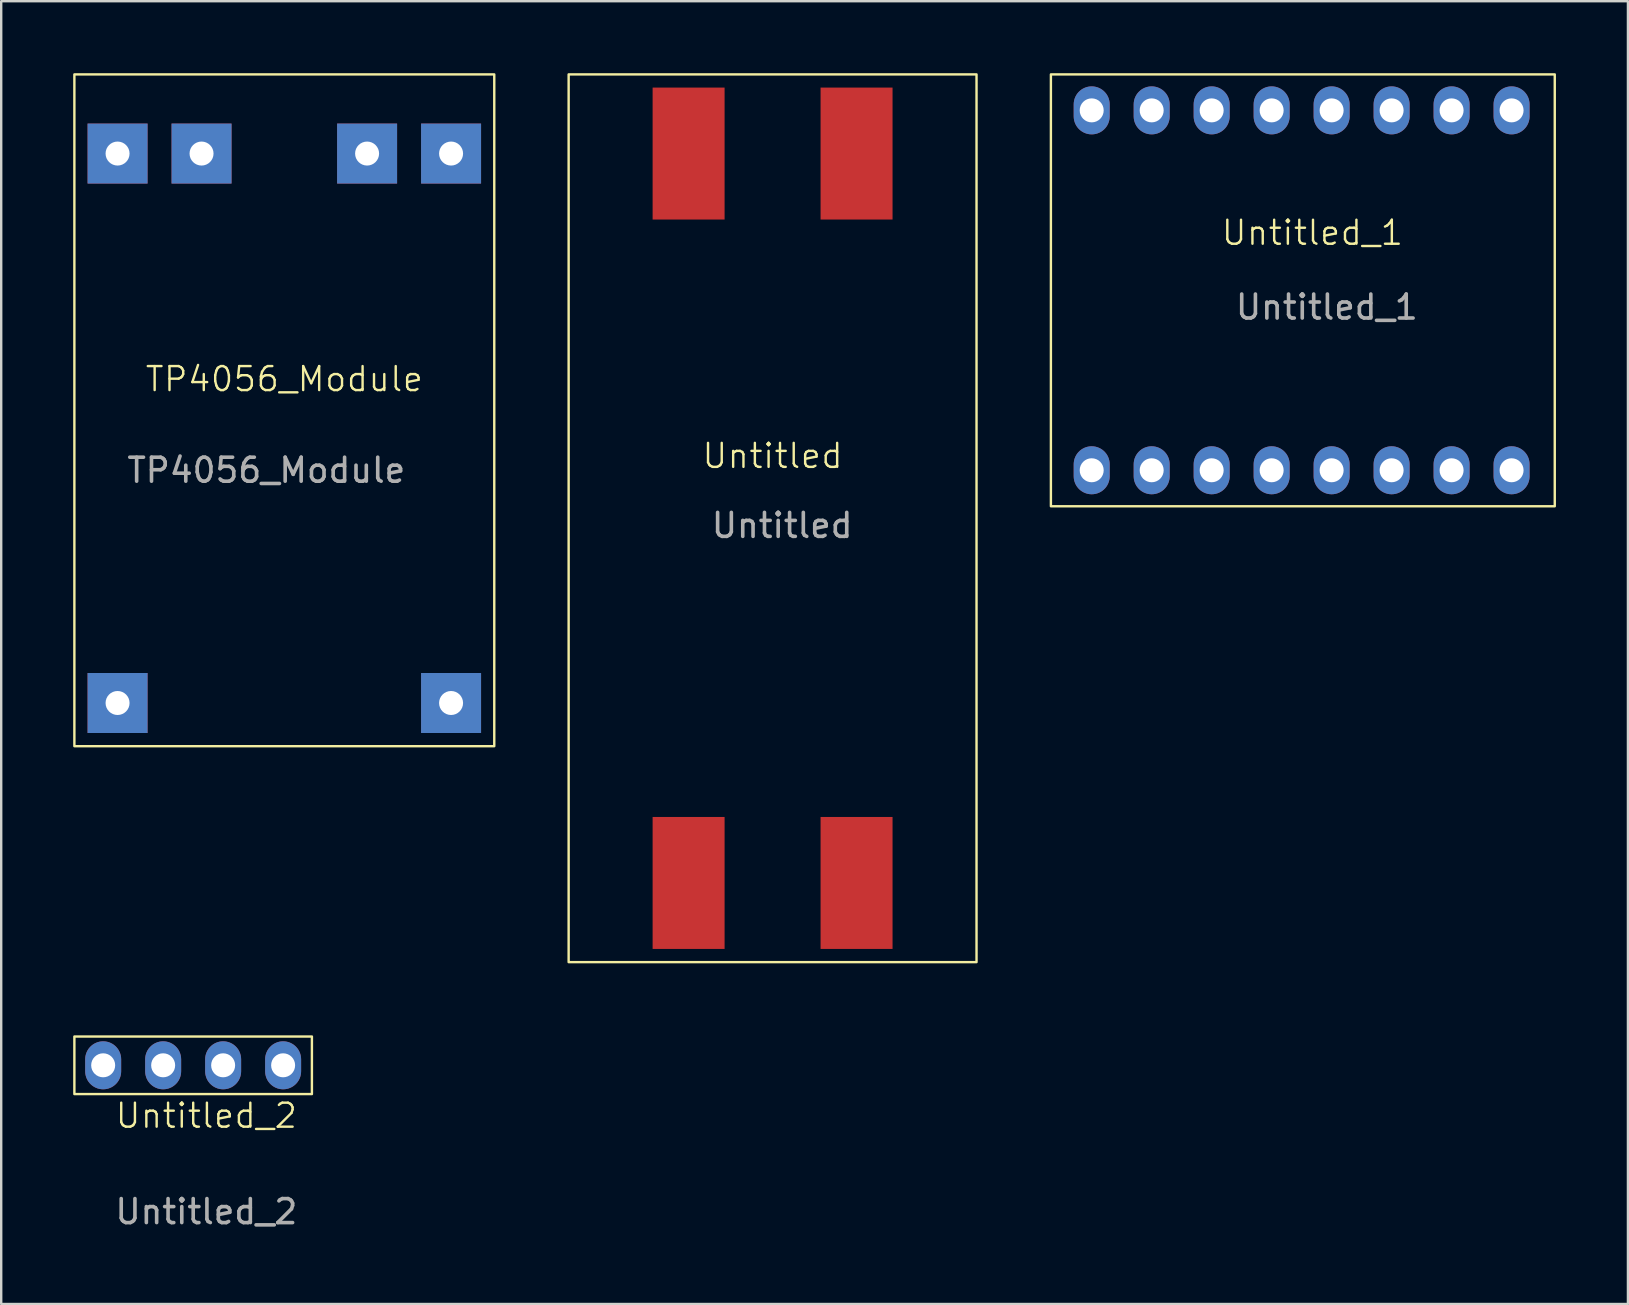
<source format=kicad_pcb>
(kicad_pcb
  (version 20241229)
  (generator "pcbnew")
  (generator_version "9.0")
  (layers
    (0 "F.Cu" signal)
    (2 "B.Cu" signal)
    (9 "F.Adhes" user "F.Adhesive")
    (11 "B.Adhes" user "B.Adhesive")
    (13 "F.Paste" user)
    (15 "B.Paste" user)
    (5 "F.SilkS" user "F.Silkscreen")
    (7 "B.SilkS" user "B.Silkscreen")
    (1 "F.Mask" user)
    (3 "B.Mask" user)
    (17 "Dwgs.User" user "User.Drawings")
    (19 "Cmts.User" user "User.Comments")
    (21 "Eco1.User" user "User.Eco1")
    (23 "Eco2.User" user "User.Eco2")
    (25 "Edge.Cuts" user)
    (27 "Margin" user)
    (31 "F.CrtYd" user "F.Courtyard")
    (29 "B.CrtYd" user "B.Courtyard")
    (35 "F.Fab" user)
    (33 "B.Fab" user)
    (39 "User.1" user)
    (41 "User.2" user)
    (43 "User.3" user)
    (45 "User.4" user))
  (footprint "Untitled_2"
    (layer "F.Cu")
    (at 5.55 44.95)
    (property "Reference" "Untitled_2" (at 0 -1.5 0) (unlocked yes) (layer "F.SilkS") (effects (font (size 1 1) (thickness 0.1))))
    (attr smd)
    (fp_rect (start -5.5 -4.8) (end 4.4 -2.4) (stroke (width 0.1) (type default)) (fill no) (layer "F.SilkS"))
    (fp_text user "${REFERENCE}" (at 0 2.5 0) (unlocked yes) (layer "F.Fab") (effects (font (size 1 1) (thickness 0.15))))
    (pad "1" thru_hole oval (at 3.2 -3.6) (size 1.5 2) (drill 1) (layers "*.Cu" "*.Mask"))
    (pad "2" thru_hole oval (at 0.7 -3.6) (size 1.5 2) (drill 1) (layers "*.Cu" "*.Mask"))
    (pad "3" thru_hole oval (at -1.8 -3.6) (size 1.5 2) (drill 1) (layers "*.Cu" "*.Mask"))
    (pad "4" thru_hole oval (at -4.3 -3.6) (size 1.5 2) (drill 1) (layers "*.Cu" "*.Mask")))
  (footprint "Untitled_1"
    (layer "F.Cu")
    (at 52.25 7.25)
    (property "Reference" "Untitled_1" (at -0.6 -0.6 0) (unlocked yes) (layer "F.SilkS") (effects (font (size 1 1) (thickness 0.1))))
    (attr smd)
    (fp_rect (start -11.5 -7.2) (end 9.5 10.8) (stroke (width 0.1) (type default)) (fill no) (layer "F.SilkS"))
    (fp_text user "${REFERENCE}" (at 0 2.5 0) (unlocked yes) (layer "F.Fab") (effects (font (size 1 1) (thickness 0.15))))
    (pad "1" thru_hole oval (at 7.7 9.3) (size 1.5 2) (drill 1) (layers "*.Cu" "*.Mask"))
    (pad "2" thru_hole oval (at 5.2 9.3) (size 1.5 2) (drill 1) (layers "*.Cu" "*.Mask"))
    (pad "3" thru_hole oval (at 2.7 9.3) (size 1.5 2) (drill 1) (layers "*.Cu" "*.Mask"))
    (pad "4" thru_hole oval (at 0.2 9.3) (size 1.5 2) (drill 1) (layers "*.Cu" "*.Mask"))
    (pad "5" thru_hole oval (at -2.3 9.3) (size 1.5 2) (drill 1) (layers "*.Cu" "*.Mask"))
    (pad "6" thru_hole oval (at -4.8 9.3) (size 1.5 2) (drill 1) (layers "*.Cu" "*.Mask"))
    (pad "7" thru_hole oval (at -7.3 9.3) (size 1.5 2) (drill 1) (layers "*.Cu" "*.Mask"))
    (pad "8" thru_hole oval (at -9.8 9.3) (size 1.5 2) (drill 1) (layers "*.Cu" "*.Mask"))
    (pad "9" thru_hole oval (at 7.7 -5.7) (size 1.5 2) (drill 1) (layers "*.Cu" "*.Mask"))
    (pad "10" thru_hole oval (at 5.2 -5.7) (size 1.5 2) (drill 1) (layers "*.Cu" "*.Mask"))
    (pad "11" thru_hole oval (at 2.7 -5.7) (size 1.5 2) (drill 1) (layers "*.Cu" "*.Mask"))
    (pad "12" thru_hole oval (at 0.2 -5.7) (size 1.5 2) (drill 1) (layers "*.Cu" "*.Mask"))
    (pad "13" thru_hole oval (at -2.3 -5.7) (size 1.5 2) (drill 1) (layers "*.Cu" "*.Mask"))
    (pad "14" thru_hole oval (at -4.8 -5.7) (size 1.5 2) (drill 1) (layers "*.Cu" "*.Mask"))
    (pad "15" thru_hole oval (at -7.3 -5.7) (size 1.5 2) (drill 1) (layers "*.Cu" "*.Mask"))
    (pad "16" thru_hole oval (at -9.8 -5.7) (size 1.5 2) (drill 1) (layers "*.Cu" "*.Mask")))
  (footprint "Untitled"
    (layer "F.Cu")
    (at 30.65 10.05)
    (property "Reference" "Untitled" (at -1.5 5.9 0) (unlocked yes) (layer "F.SilkS") (effects (font (size 1 1) (thickness 0.1))))
    (attr smd)
    (fp_rect (start -10 -10) (end 7 27) (stroke (width 0.1) (type default)) (fill no) (layer "F.SilkS"))
    (fp_text user "${REFERENCE}" (at -1.1 8.8 0) (unlocked yes) (layer "F.Fab") (effects (font (size 1 1) (thickness 0.15))))
    (pad "1" smd rect (at 2 -6.7) (size 3 5.5) (layers "F.Cu" "F.Mask" "F.Paste"))
    (pad "1" smd rect (at 2 23.7) (size 3 5.5) (layers "F.Cu" "F.Mask" "F.Paste"))
    (pad "2" smd rect (at -5 -6.7) (size 3 5.5) (layers "F.Cu" "F.Mask" "F.Paste"))
    (pad "2" smd rect (at -5 23.7) (size 3 5.5) (layers "F.Cu" "F.Mask" "F.Paste")))
  (footprint "TP4056_Module"
    (layer "F.Cu")
    (at 8.05 14.05)
    (property "Reference" "TP4056_Module" (at 0.75 -1.3 0) (unlocked yes) (layer "F.SilkS") (effects (font (size 1 1) (thickness 0.1))))
    (attr smd)
    (fp_rect (start -8 -14) (end 9.5 14) (stroke (width 0.1) (type default)) (fill no) (layer "F.SilkS"))
    (fp_text user "${REFERENCE}" (at 0 2.5 0) (unlocked yes) (layer "F.Fab") (effects (font (size 1 1) (thickness 0.15))))
    (pad "1" thru_hole rect (at 7.7 -10.7) (size 2.5 2.5) (drill 1) (layers "*.Cu" "*.Mask"))
    (pad "2" thru_hole rect (at 4.2 -10.7) (size 2.5 2.5) (drill 1) (layers "*.Cu" "*.Mask"))
    (pad "3" thru_hole rect (at -6.2 -10.7) (size 2.5 2.5) (drill 1) (layers "*.Cu" "*.Mask"))
    (pad "4" thru_hole rect (at -2.7 -10.7) (size 2.5 2.5) (drill 1) (layers "*.Cu" "*.Mask"))
    (pad "5" thru_hole rect (at 7.7 12.2) (size 2.5 2.5) (drill 1) (layers "*.Cu" "*.Mask"))
    (pad "6" thru_hole rect (at -6.2 12.2) (size 2.5 2.5) (drill 1) (layers "*.Cu" "*.Mask")))
  (gr_rect
    (start -3 -3)
    (end 64.8 51.298)
    (stroke (width 0.1) (type default))
    (fill no)
    (layer "Edge.Cuts")))
</source>
